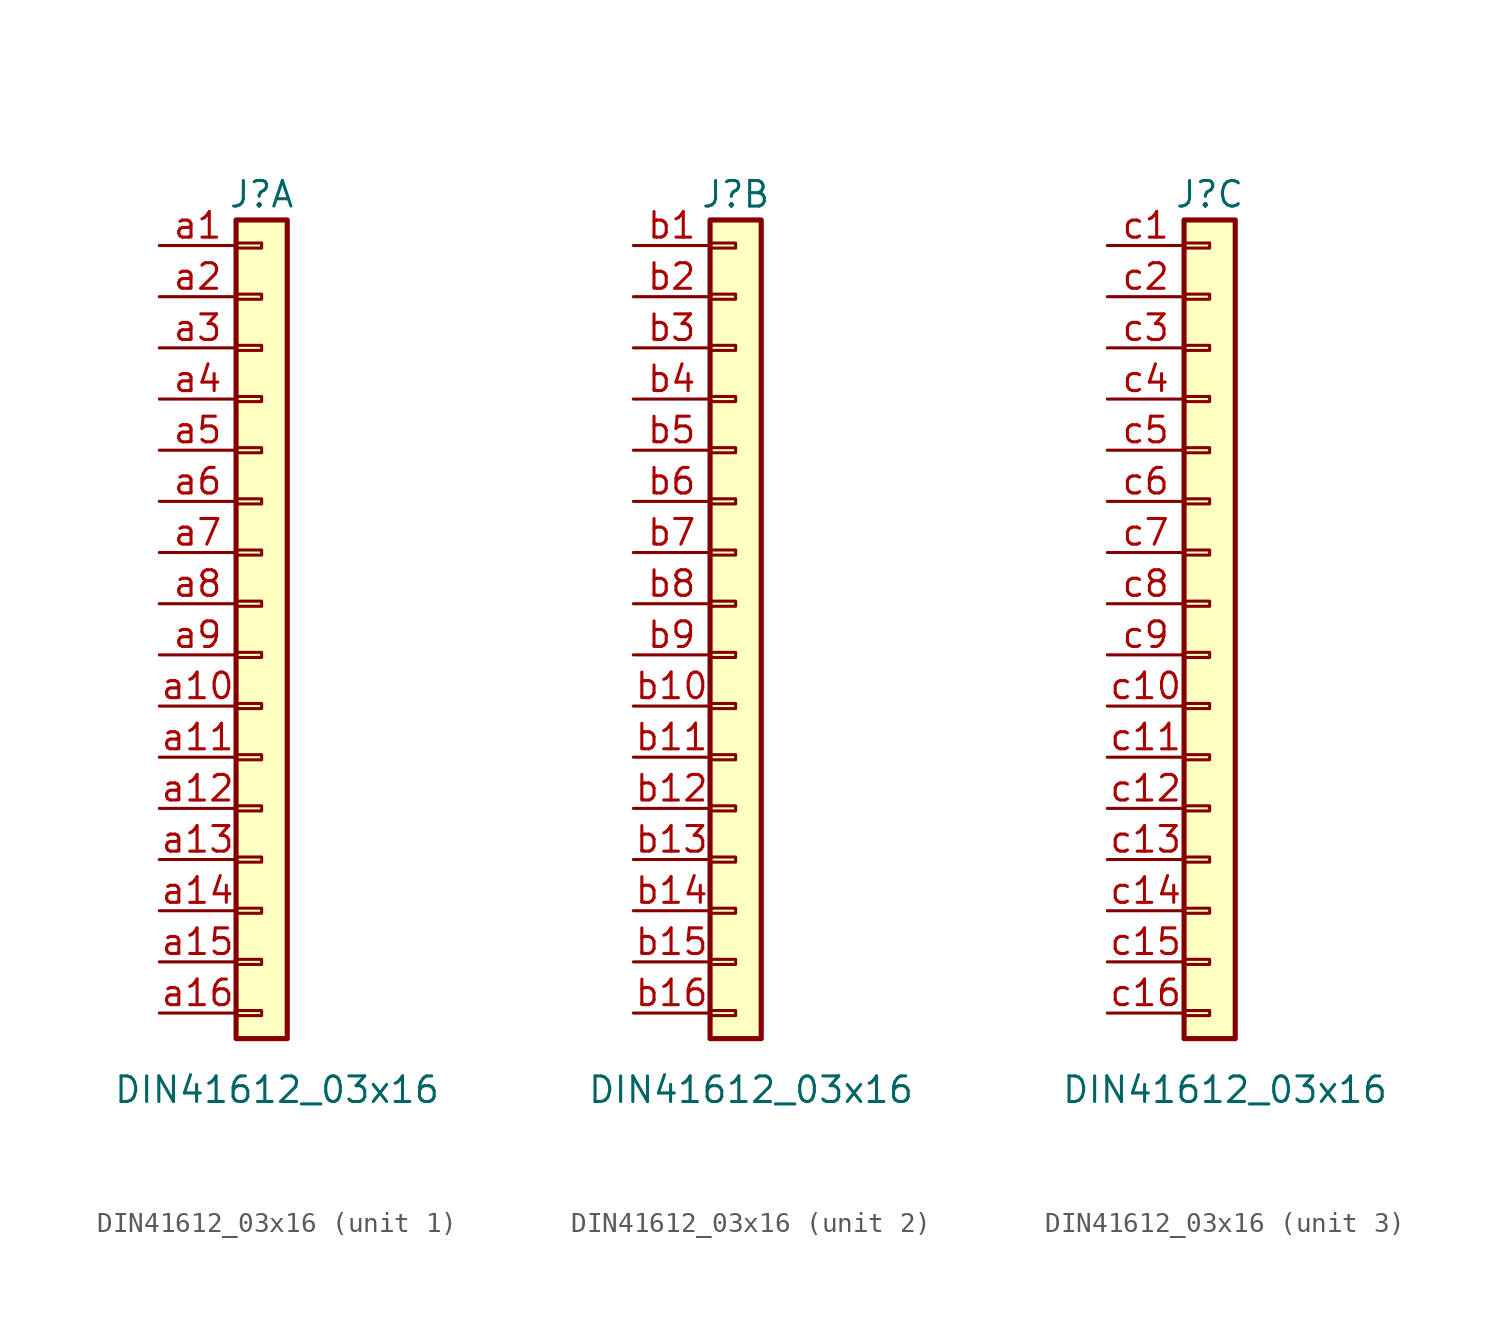
<source format=kicad_sym>
(kicad_symbol_lib
  (version 20241209)
  (generator "kicad_symbol_editor")
  (generator_version "9.0")
  (symbol "DIN41612_03x16"
    (pin_names
      (offset 1.016)
      (hide yes))
    (property "Reference" "J"
      (at 0 21.59 0)
      (effects (font (size 1.27 1.27))))
    (property "Value" "DIN41612_03x16"
      (at 0.762 -22.86 0)
      (effects (font (size 1.27 1.27))))
    (symbol "DIN41612_03x16_1_1"
      (rectangle (start -1.27 20.32) (end 1.27 -20.32) (stroke (width 0.254) (type default)) (fill (type background)))
      (rectangle (start -1.27 19.177) (end 0 18.923) (stroke (width 0.152) (type default)) (fill (type none)))
      (rectangle (start -1.27 16.637) (end 0 16.383) (stroke (width 0.152) (type default)) (fill (type none)))
      (rectangle (start -1.27 14.097) (end 0 13.843) (stroke (width 0.152) (type default)) (fill (type none)))
      (rectangle (start -1.27 11.557) (end 0 11.303) (stroke (width 0.152) (type default)) (fill (type none)))
      (rectangle (start -1.27 9.017) (end 0 8.763) (stroke (width 0.152) (type default)) (fill (type none)))
      (rectangle (start -1.27 6.477) (end 0 6.223) (stroke (width 0.152) (type default)) (fill (type none)))
      (rectangle (start -1.27 3.937) (end 0 3.683) (stroke (width 0.152) (type default)) (fill (type none)))
      (rectangle (start -1.27 1.397) (end 0 1.143) (stroke (width 0.152) (type default)) (fill (type none)))
      (rectangle (start -1.27 -1.143) (end 0 -1.397) (stroke (width 0.152) (type default)) (fill (type none)))
      (rectangle (start -1.27 -3.683) (end 0 -3.937) (stroke (width 0.152) (type default)) (fill (type none)))
      (rectangle (start -1.27 -6.223) (end 0 -6.477) (stroke (width 0.152) (type default)) (fill (type none)))
      (rectangle (start -1.27 -8.763) (end 0 -9.017) (stroke (width 0.152) (type default)) (fill (type none)))
      (rectangle (start -1.27 -11.303) (end 0 -11.557) (stroke (width 0.152) (type default)) (fill (type none)))
      (rectangle (start -1.27 -13.843) (end 0 -14.097) (stroke (width 0.152) (type default)) (fill (type none)))
      (rectangle (start -1.27 -16.383) (end 0 -16.637) (stroke (width 0.152) (type default)) (fill (type none)))
      (rectangle (start -1.27 -18.923) (end 0 -19.177) (stroke (width 0.152) (type default)) (fill (type none)))
      (pin passive line (at -5.08 19.05 0) (length 3.81) (name "Pin_a1" (effects (font (size 1.27 1.27)))) (number "a1" (effects (font (size 1.27 1.27)))))
      (pin passive line (at -5.08 16.51 0) (length 3.81) (name "Pin_a2" (effects (font (size 1.27 1.27)))) (number "a2" (effects (font (size 1.27 1.27)))))
      (pin passive line (at -5.08 13.97 0) (length 3.81) (name "Pin_a3" (effects (font (size 1.27 1.27)))) (number "a3" (effects (font (size 1.27 1.27)))))
      (pin passive line (at -5.08 11.43 0) (length 3.81) (name "Pin_a4" (effects (font (size 1.27 1.27)))) (number "a4" (effects (font (size 1.27 1.27)))))
      (pin passive line (at -5.08 8.89 0) (length 3.81) (name "Pin_a5" (effects (font (size 1.27 1.27)))) (number "a5" (effects (font (size 1.27 1.27)))))
      (pin passive line (at -5.08 6.35 0) (length 3.81) (name "Pin_a6" (effects (font (size 1.27 1.27)))) (number "a6" (effects (font (size 1.27 1.27)))))
      (pin passive line (at -5.08 3.81 0) (length 3.81) (name "Pin_a7" (effects (font (size 1.27 1.27)))) (number "a7" (effects (font (size 1.27 1.27)))))
      (pin passive line (at -5.08 1.27 0) (length 3.81) (name "Pin_a8" (effects (font (size 1.27 1.27)))) (number "a8" (effects (font (size 1.27 1.27)))))
      (pin passive line (at -5.08 -1.27 0) (length 3.81) (name "Pin_a9" (effects (font (size 1.27 1.27)))) (number "a9" (effects (font (size 1.27 1.27)))))
      (pin passive line (at -5.08 -3.81 0) (length 3.81) (name "Pin_a10" (effects (font (size 1.27 1.27)))) (number "a10" (effects (font (size 1.27 1.27)))))
      (pin passive line (at -5.08 -6.35 0) (length 3.81) (name "Pin_a11" (effects (font (size 1.27 1.27)))) (number "a11" (effects (font (size 1.27 1.27)))))
      (pin passive line (at -5.08 -8.89 0) (length 3.81) (name "Pin_a12" (effects (font (size 1.27 1.27)))) (number "a12" (effects (font (size 1.27 1.27)))))
      (pin passive line (at -5.08 -11.43 0) (length 3.81) (name "Pin_a13" (effects (font (size 1.27 1.27)))) (number "a13" (effects (font (size 1.27 1.27)))))
      (pin passive line (at -5.08 -13.97 0) (length 3.81) (name "Pin_a14" (effects (font (size 1.27 1.27)))) (number "a14" (effects (font (size 1.27 1.27)))))
      (pin passive line (at -5.08 -16.51 0) (length 3.81) (name "Pin_a15" (effects (font (size 1.27 1.27)))) (number "a15" (effects (font (size 1.27 1.27)))))
      (pin passive line (at -5.08 -19.05 0) (length 3.81) (name "Pin_a16" (effects (font (size 1.27 1.27)))) (number "a16" (effects (font (size 1.27 1.27))))))
    (symbol "DIN41612_03x16_2_1"
      (rectangle (start -1.27 20.32) (end 1.27 -20.32) (stroke (width 0.254) (type default)) (fill (type background)))
      (rectangle (start -1.27 19.177) (end 0 18.923) (stroke (width 0.152) (type default)) (fill (type none)))
      (rectangle (start -1.27 16.637) (end 0 16.383) (stroke (width 0.152) (type default)) (fill (type none)))
      (rectangle (start -1.27 14.097) (end 0 13.843) (stroke (width 0.152) (type default)) (fill (type none)))
      (rectangle (start -1.27 11.557) (end 0 11.303) (stroke (width 0.152) (type default)) (fill (type none)))
      (rectangle (start -1.27 9.017) (end 0 8.763) (stroke (width 0.152) (type default)) (fill (type none)))
      (rectangle (start -1.27 6.477) (end 0 6.223) (stroke (width 0.152) (type default)) (fill (type none)))
      (rectangle (start -1.27 3.937) (end 0 3.683) (stroke (width 0.152) (type default)) (fill (type none)))
      (rectangle (start -1.27 1.397) (end 0 1.143) (stroke (width 0.152) (type default)) (fill (type none)))
      (rectangle (start -1.27 -1.143) (end 0 -1.397) (stroke (width 0.152) (type default)) (fill (type none)))
      (rectangle (start -1.27 -3.683) (end 0 -3.937) (stroke (width 0.152) (type default)) (fill (type none)))
      (rectangle (start -1.27 -6.223) (end 0 -6.477) (stroke (width 0.152) (type default)) (fill (type none)))
      (rectangle (start -1.27 -8.763) (end 0 -9.017) (stroke (width 0.152) (type default)) (fill (type none)))
      (rectangle (start -1.27 -11.303) (end 0 -11.557) (stroke (width 0.152) (type default)) (fill (type none)))
      (rectangle (start -1.27 -13.843) (end 0 -14.097) (stroke (width 0.152) (type default)) (fill (type none)))
      (rectangle (start -1.27 -16.383) (end 0 -16.637) (stroke (width 0.152) (type default)) (fill (type none)))
      (rectangle (start -1.27 -18.923) (end 0 -19.177) (stroke (width 0.152) (type default)) (fill (type none)))
      (pin passive line (at -5.08 19.05 0) (length 3.81) (name "Pin_b1" (effects (font (size 1.27 1.27)))) (number "b1" (effects (font (size 1.27 1.27)))))
      (pin passive line (at -5.08 16.51 0) (length 3.81) (name "Pin_b2" (effects (font (size 1.27 1.27)))) (number "b2" (effects (font (size 1.27 1.27)))))
      (pin passive line (at -5.08 13.97 0) (length 3.81) (name "Pin_b3" (effects (font (size 1.27 1.27)))) (number "b3" (effects (font (size 1.27 1.27)))))
      (pin passive line (at -5.08 11.43 0) (length 3.81) (name "Pin_b4" (effects (font (size 1.27 1.27)))) (number "b4" (effects (font (size 1.27 1.27)))))
      (pin passive line (at -5.08 8.89 0) (length 3.81) (name "Pin_b5" (effects (font (size 1.27 1.27)))) (number "b5" (effects (font (size 1.27 1.27)))))
      (pin passive line (at -5.08 6.35 0) (length 3.81) (name "Pin_b6" (effects (font (size 1.27 1.27)))) (number "b6" (effects (font (size 1.27 1.27)))))
      (pin passive line (at -5.08 3.81 0) (length 3.81) (name "Pin_b7" (effects (font (size 1.27 1.27)))) (number "b7" (effects (font (size 1.27 1.27)))))
      (pin passive line (at -5.08 1.27 0) (length 3.81) (name "Pin_b8" (effects (font (size 1.27 1.27)))) (number "b8" (effects (font (size 1.27 1.27)))))
      (pin passive line (at -5.08 -1.27 0) (length 3.81) (name "Pin_b9" (effects (font (size 1.27 1.27)))) (number "b9" (effects (font (size 1.27 1.27)))))
      (pin passive line (at -5.08 -3.81 0) (length 3.81) (name "Pin_b10" (effects (font (size 1.27 1.27)))) (number "b10" (effects (font (size 1.27 1.27)))))
      (pin passive line (at -5.08 -6.35 0) (length 3.81) (name "Pin_b11" (effects (font (size 1.27 1.27)))) (number "b11" (effects (font (size 1.27 1.27)))))
      (pin passive line (at -5.08 -8.89 0) (length 3.81) (name "Pin_b12" (effects (font (size 1.27 1.27)))) (number "b12" (effects (font (size 1.27 1.27)))))
      (pin passive line (at -5.08 -11.43 0) (length 3.81) (name "Pin_b13" (effects (font (size 1.27 1.27)))) (number "b13" (effects (font (size 1.27 1.27)))))
      (pin passive line (at -5.08 -13.97 0) (length 3.81) (name "Pin_b14" (effects (font (size 1.27 1.27)))) (number "b14" (effects (font (size 1.27 1.27)))))
      (pin passive line (at -5.08 -16.51 0) (length 3.81) (name "Pin_b15" (effects (font (size 1.27 1.27)))) (number "b15" (effects (font (size 1.27 1.27)))))
      (pin passive line (at -5.08 -19.05 0) (length 3.81) (name "Pin_b16" (effects (font (size 1.27 1.27)))) (number "b16" (effects (font (size 1.27 1.27))))))
    (symbol "DIN41612_03x16_3_1"
      (rectangle (start -1.27 20.32) (end 1.27 -20.32) (stroke (width 0.254) (type default)) (fill (type background)))
      (rectangle (start -1.27 19.177) (end 0 18.923) (stroke (width 0.152) (type default)) (fill (type none)))
      (rectangle (start -1.27 16.637) (end 0 16.383) (stroke (width 0.152) (type default)) (fill (type none)))
      (rectangle (start -1.27 14.097) (end 0 13.843) (stroke (width 0.152) (type default)) (fill (type none)))
      (rectangle (start -1.27 11.557) (end 0 11.303) (stroke (width 0.152) (type default)) (fill (type none)))
      (rectangle (start -1.27 9.017) (end 0 8.763) (stroke (width 0.152) (type default)) (fill (type none)))
      (rectangle (start -1.27 6.477) (end 0 6.223) (stroke (width 0.152) (type default)) (fill (type none)))
      (rectangle (start -1.27 3.937) (end 0 3.683) (stroke (width 0.152) (type default)) (fill (type none)))
      (rectangle (start -1.27 1.397) (end 0 1.143) (stroke (width 0.152) (type default)) (fill (type none)))
      (rectangle (start -1.27 -1.143) (end 0 -1.397) (stroke (width 0.152) (type default)) (fill (type none)))
      (rectangle (start -1.27 -3.683) (end 0 -3.937) (stroke (width 0.152) (type default)) (fill (type none)))
      (rectangle (start -1.27 -6.223) (end 0 -6.477) (stroke (width 0.152) (type default)) (fill (type none)))
      (rectangle (start -1.27 -8.763) (end 0 -9.017) (stroke (width 0.152) (type default)) (fill (type none)))
      (rectangle (start -1.27 -11.303) (end 0 -11.557) (stroke (width 0.152) (type default)) (fill (type none)))
      (rectangle (start -1.27 -13.843) (end 0 -14.097) (stroke (width 0.152) (type default)) (fill (type none)))
      (rectangle (start -1.27 -16.383) (end 0 -16.637) (stroke (width 0.152) (type default)) (fill (type none)))
      (rectangle (start -1.27 -18.923) (end 0 -19.177) (stroke (width 0.152) (type default)) (fill (type none)))
      (pin passive line (at -5.08 19.05 0) (length 3.81) (name "Pin_c1" (effects (font (size 1.27 1.27)))) (number "c1" (effects (font (size 1.27 1.27)))))
      (pin passive line (at -5.08 16.51 0) (length 3.81) (name "Pin_c2" (effects (font (size 1.27 1.27)))) (number "c2" (effects (font (size 1.27 1.27)))))
      (pin passive line (at -5.08 13.97 0) (length 3.81) (name "Pin_c3" (effects (font (size 1.27 1.27)))) (number "c3" (effects (font (size 1.27 1.27)))))
      (pin passive line (at -5.08 11.43 0) (length 3.81) (name "Pin_c4" (effects (font (size 1.27 1.27)))) (number "c4" (effects (font (size 1.27 1.27)))))
      (pin passive line (at -5.08 8.89 0) (length 3.81) (name "Pin_c5" (effects (font (size 1.27 1.27)))) (number "c5" (effects (font (size 1.27 1.27)))))
      (pin passive line (at -5.08 6.35 0) (length 3.81) (name "Pin_c6" (effects (font (size 1.27 1.27)))) (number "c6" (effects (font (size 1.27 1.27)))))
      (pin passive line (at -5.08 3.81 0) (length 3.81) (name "Pin_c7" (effects (font (size 1.27 1.27)))) (number "c7" (effects (font (size 1.27 1.27)))))
      (pin passive line (at -5.08 1.27 0) (length 3.81) (name "Pin_c8" (effects (font (size 1.27 1.27)))) (number "c8" (effects (font (size 1.27 1.27)))))
      (pin passive line (at -5.08 -1.27 0) (length 3.81) (name "Pin_c9" (effects (font (size 1.27 1.27)))) (number "c9" (effects (font (size 1.27 1.27)))))
      (pin passive line (at -5.08 -3.81 0) (length 3.81) (name "Pin_c10" (effects (font (size 1.27 1.27)))) (number "c10" (effects (font (size 1.27 1.27)))))
      (pin passive line (at -5.08 -6.35 0) (length 3.81) (name "Pin_c11" (effects (font (size 1.27 1.27)))) (number "c11" (effects (font (size 1.27 1.27)))))
      (pin passive line (at -5.08 -8.89 0) (length 3.81) (name "Pin_c12" (effects (font (size 1.27 1.27)))) (number "c12" (effects (font (size 1.27 1.27)))))
      (pin passive line (at -5.08 -11.43 0) (length 3.81) (name "Pin_c13" (effects (font (size 1.27 1.27)))) (number "c13" (effects (font (size 1.27 1.27)))))
      (pin passive line (at -5.08 -13.97 0) (length 3.81) (name "Pin_c14" (effects (font (size 1.27 1.27)))) (number "c14" (effects (font (size 1.27 1.27)))))
      (pin passive line (at -5.08 -16.51 0) (length 3.81) (name "Pin_c15" (effects (font (size 1.27 1.27)))) (number "c15" (effects (font (size 1.27 1.27)))))
      (pin passive line (at -5.08 -19.05 0) (length 3.81) (name "Pin_c16" (effects (font (size 1.27 1.27)))) (number "c16" (effects (font (size 1.27 1.27))))))))
</source>
